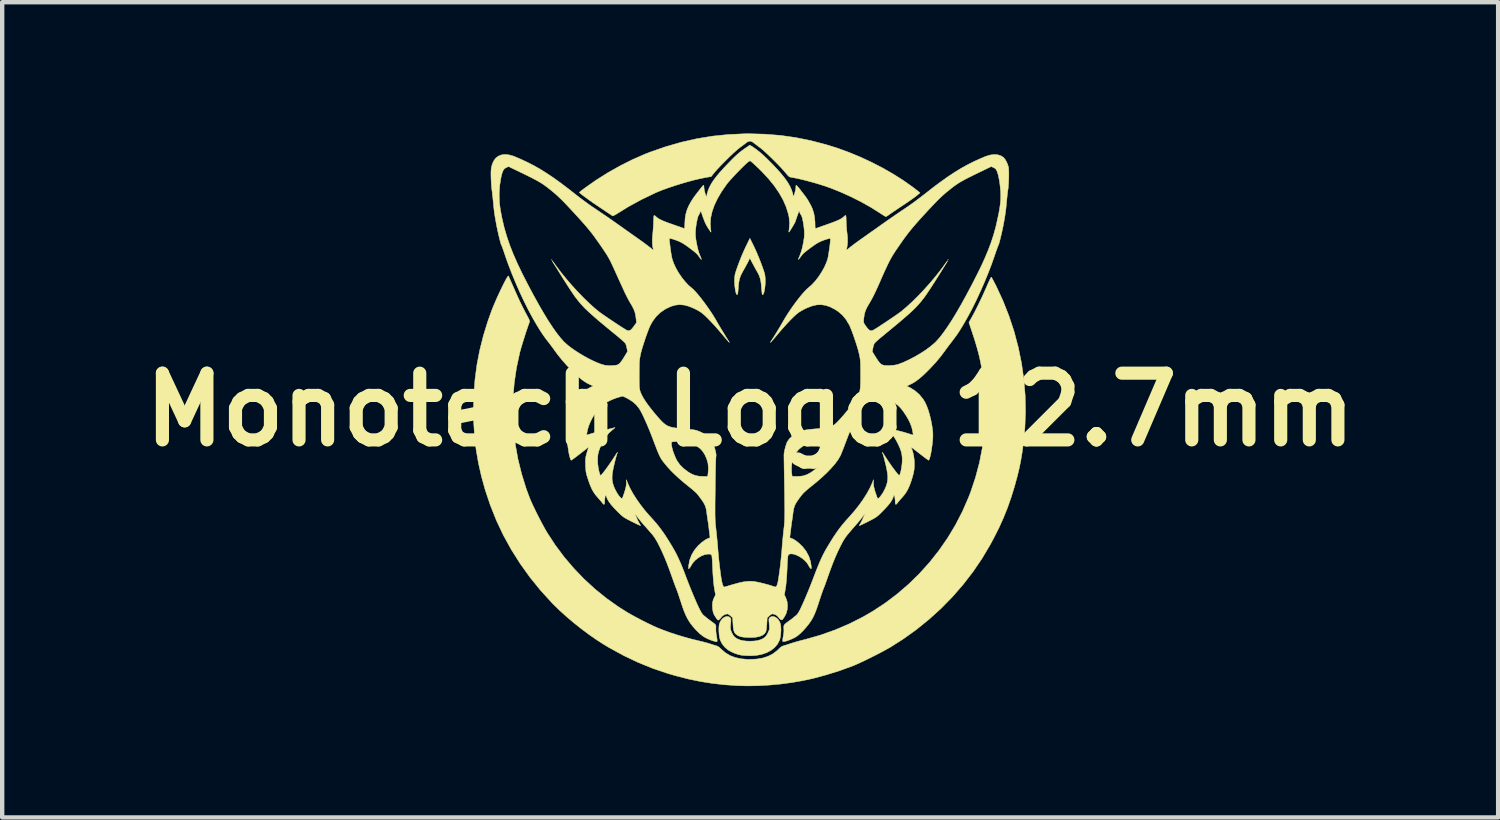
<source format=kicad_pcb>
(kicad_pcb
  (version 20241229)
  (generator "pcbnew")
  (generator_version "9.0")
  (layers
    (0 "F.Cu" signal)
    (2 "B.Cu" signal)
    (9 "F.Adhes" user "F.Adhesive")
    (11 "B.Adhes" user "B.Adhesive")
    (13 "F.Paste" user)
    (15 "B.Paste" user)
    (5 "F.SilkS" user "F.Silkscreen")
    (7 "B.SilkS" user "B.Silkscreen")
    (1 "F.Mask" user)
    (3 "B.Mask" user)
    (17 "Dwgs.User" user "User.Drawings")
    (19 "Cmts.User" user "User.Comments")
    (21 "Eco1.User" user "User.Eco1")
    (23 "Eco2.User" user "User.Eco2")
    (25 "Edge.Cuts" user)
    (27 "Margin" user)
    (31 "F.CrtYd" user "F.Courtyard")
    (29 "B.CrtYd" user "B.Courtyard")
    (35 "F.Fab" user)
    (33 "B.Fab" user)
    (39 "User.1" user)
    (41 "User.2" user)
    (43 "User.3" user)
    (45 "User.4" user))
  (footprint "Monotech Logo 12.7mm"
    (layer "F.Cu")
    (at 14.086 6.309)
    (property "Reference" "Monotech Logo 12.7mm" (at 0 0 0) (layer "F.SilkS") (effects (font (size 1.524 1.524) (thickness 0.3))))
    (attr through_hole)
    (fp_poly (pts (xy -4.526 -3.423) (xy -4.532 -3.417) (xy -4.537 -3.423) (xy -4.532 -3.429) (xy -4.526 -3.423)) (stroke (width 0.01) (type solid)) (fill yes) (layer "F.SilkS"))
    (fp_poly (pts (xy 4.526 -3.423) (xy 4.52 -3.417) (xy 4.514 -3.423) (xy 4.52 -3.429) (xy 4.526 -3.423)) (stroke (width 0.01) (type solid)) (fill yes) (layer "F.SilkS"))
    (fp_poly (pts (xy 0.073 -3.756) (xy 0.112 -3.673) (xy 0.155 -3.576) (xy 0.2 -3.469) (xy 0.242 -3.361) (xy 0.281 -3.257) (xy 0.313 -3.165) (xy 0.322 -3.136) (xy 0.337 -3.076) (xy 0.344 -3.01) (xy 0.346 -2.944) (xy 0.344 -2.878) (xy 0.339 -2.814) (xy 0.331 -2.754) (xy 0.321 -2.703) (xy 0.31 -2.662) (xy 0.298 -2.635) (xy 0.286 -2.626) (xy 0.276 -2.635) (xy 0.272 -2.652) (xy 0.268 -2.687) (xy 0.263 -2.733) (xy 0.26 -2.771) (xy 0.252 -2.869) (xy 0.24 -2.95) (xy 0.223 -3.017) (xy 0.201 -3.076) (xy 0.172 -3.133) (xy 0.171 -3.134) (xy 0.145 -3.179) (xy 0.113 -3.236) (xy 0.08 -3.297) (xy 0.058 -3.339) (xy -0.007 -3.463) (xy -0.045 -3.385) (xy -0.066 -3.344) (xy -0.095 -3.29) (xy -0.128 -3.23) (xy -0.157 -3.179) (xy -0.194 -3.111) (xy -0.222 -3.052) (xy -0.241 -2.994) (xy -0.255 -2.931) (xy -0.265 -2.857) (xy -0.272 -2.771) (xy -0.277 -2.706) (xy -0.282 -2.662) (xy -0.288 -2.636) (xy -0.296 -2.627) (xy -0.306 -2.632) (xy -0.31 -2.636) (xy -0.322 -2.661) (xy -0.333 -2.704) (xy -0.343 -2.76) (xy -0.351 -2.823) (xy -0.356 -2.889) (xy -0.358 -2.944) (xy -0.355 -3.023) (xy -0.346 -3.088) (xy -0.334 -3.134) (xy -0.298 -3.241) (xy -0.254 -3.361) (xy -0.205 -3.486) (xy -0.153 -3.608) (xy -0.102 -3.719) (xy -0.095 -3.732) (xy -0.006 -3.915) (xy 0.073 -3.756)) (stroke (width 0.01) (type solid)) (fill yes) (layer "F.SilkS"))
    (fp_poly (pts (xy -0.484 4.73) (xy -0.46 4.747) (xy -0.448 4.761) (xy -0.442 4.776) (xy -0.44 4.8) (xy -0.441 4.836) (xy -0.444 4.871) (xy -0.449 4.932) (xy -0.45 4.975) (xy -0.449 5.008) (xy -0.443 5.036) (xy -0.432 5.065) (xy -0.421 5.091) (xy -0.39 5.149) (xy -0.357 5.19) (xy -0.315 5.222) (xy -0.294 5.233) (xy -0.233 5.259) (xy -0.165 5.276) (xy -0.085 5.285) (xy -0.006 5.288) (xy 0.088 5.284) (xy 0.165 5.274) (xy 0.232 5.255) (xy 0.283 5.233) (xy 0.328 5.205) (xy 0.364 5.169) (xy 0.394 5.121) (xy 0.41 5.088) (xy 0.425 5.056) (xy 0.434 5.03) (xy 0.439 5.004) (xy 0.44 4.974) (xy 0.438 4.932) (xy 0.433 4.873) (xy 0.433 4.871) (xy 0.429 4.822) (xy 0.428 4.791) (xy 0.432 4.77) (xy 0.44 4.756) (xy 0.449 4.747) (xy 0.485 4.725) (xy 0.526 4.723) (xy 0.57 4.736) (xy 0.613 4.765) (xy 0.65 4.805) (xy 0.679 4.856) (xy 0.693 4.899) (xy 0.701 4.958) (xy 0.704 5.03) (xy 0.7 5.106) (xy 0.692 5.18) (xy 0.679 5.242) (xy 0.671 5.265) (xy 0.625 5.354) (xy 0.559 5.432) (xy 0.477 5.497) (xy 0.379 5.549) (xy 0.267 5.588) (xy 0.143 5.612) (xy 0.008 5.621) (xy -0.136 5.615) (xy -0.195 5.609) (xy -0.271 5.592) (xy -0.355 5.564) (xy -0.437 5.527) (xy -0.507 5.487) (xy -0.508 5.486) (xy -0.58 5.424) (xy -0.641 5.347) (xy -0.683 5.265) (xy -0.697 5.211) (xy -0.708 5.142) (xy -0.714 5.067) (xy -0.715 4.992) (xy -0.71 4.927) (xy -0.704 4.896) (xy -0.683 4.84) (xy -0.651 4.792) (xy -0.612 4.755) (xy -0.568 4.731) (xy -0.524 4.722) (xy -0.484 4.73)) (stroke (width 0.01) (type solid)) (fill yes) (layer "F.SilkS"))
    (fp_poly (pts (xy 0.343 -6.294) (xy 0.693 -6.266) (xy 1.039 -6.217) (xy 1.382 -6.148) (xy 1.727 -6.058) (xy 1.992 -5.976) (xy 2.252 -5.881) (xy 2.514 -5.773) (xy 2.774 -5.652) (xy 3.028 -5.521) (xy 3.272 -5.381) (xy 3.502 -5.235) (xy 3.715 -5.084) (xy 3.82 -5.003) (xy 3.88 -4.954) (xy 3.802 -4.889) (xy 3.77 -4.864) (xy 3.723 -4.83) (xy 3.664 -4.788) (xy 3.596 -4.741) (xy 3.524 -4.692) (xy 3.469 -4.656) (xy 3.398 -4.609) (xy 3.331 -4.563) (xy 3.27 -4.523) (xy 3.22 -4.488) (xy 3.183 -4.462) (xy 3.165 -4.449) (xy 3.134 -4.428) (xy 3.11 -4.414) (xy 3.101 -4.41) (xy 3.087 -4.416) (xy 3.058 -4.433) (xy 3.019 -4.457) (xy 2.978 -4.484) (xy 2.768 -4.617) (xy 2.543 -4.744) (xy 2.309 -4.862) (xy 2.071 -4.97) (xy 1.837 -5.064) (xy 1.68 -5.118) (xy 1.579 -5.15) (xy 1.472 -5.182) (xy 1.362 -5.212) (xy 1.253 -5.241) (xy 1.151 -5.266) (xy 1.06 -5.286) (xy 0.984 -5.301) (xy 0.956 -5.306) (xy 0.925 -5.311) (xy 0.902 -5.318) (xy 0.881 -5.332) (xy 0.857 -5.355) (xy 0.827 -5.391) (xy 0.807 -5.415) (xy 0.761 -5.468) (xy 0.704 -5.531) (xy 0.638 -5.6) (xy 0.566 -5.673) (xy 0.492 -5.746) (xy 0.42 -5.816) (xy 0.351 -5.88) (xy 0.29 -5.934) (xy 0.241 -5.975) (xy 0.225 -5.987) (xy 0.176 -6.023) (xy 0.131 -6.058) (xy 0.093 -6.086) (xy 0.071 -6.104) (xy 0.028 -6.129) (xy -0.006 -6.135) (xy -0.049 -6.125) (xy -0.082 -6.104) (xy -0.107 -6.084) (xy -0.145 -6.055) (xy -0.191 -6.021) (xy -0.237 -5.987) (xy -0.28 -5.953) (xy -0.336 -5.904) (xy -0.401 -5.845) (xy -0.471 -5.778) (xy -0.544 -5.706) (xy -0.617 -5.633) (xy -0.686 -5.562) (xy -0.748 -5.496) (xy -0.8 -5.438) (xy -0.835 -5.396) (xy -0.889 -5.326) (xy -1.007 -5.306) (xy -1.131 -5.281) (xy -1.271 -5.249) (xy -1.421 -5.209) (xy -1.575 -5.164) (xy -1.729 -5.116) (xy -1.877 -5.066) (xy -2.015 -5.016) (xy -2.135 -4.967) (xy -2.153 -4.959) (xy -2.479 -4.803) (xy -2.79 -4.633) (xy -3.006 -4.499) (xy -3.066 -4.462) (xy -3.109 -4.438) (xy -3.136 -4.428) (xy -3.146 -4.429) (xy -3.159 -4.438) (xy -3.188 -4.458) (xy -3.232 -4.487) (xy -3.287 -4.523) (xy -3.35 -4.566) (xy -3.418 -4.611) (xy -3.499 -4.666) (xy -3.579 -4.72) (xy -3.654 -4.773) (xy -3.724 -4.823) (xy -3.785 -4.868) (xy -3.836 -4.906) (xy -3.873 -4.936) (xy -3.896 -4.956) (xy -3.902 -4.964) (xy -3.893 -4.973) (xy -3.869 -4.993) (xy -3.834 -5.02) (xy -3.79 -5.053) (xy -3.784 -5.058) (xy -3.526 -5.24) (xy -3.255 -5.411) (xy -2.975 -5.569) (xy -2.692 -5.712) (xy -2.409 -5.836) (xy -2.292 -5.882) (xy -1.934 -6.007) (xy -1.578 -6.109) (xy -1.222 -6.19) (xy -0.864 -6.249) (xy -0.502 -6.286) (xy -0.133 -6.303) (xy -0.017 -6.304) (xy 0.343 -6.294)) (stroke (width 0.01) (type solid)) (fill yes) (layer "F.SilkS"))
    (fp_poly (pts (xy -5.516 -3.044) (xy -5.503 -3.014) (xy -5.483 -2.97) (xy -5.459 -2.915) (xy -5.433 -2.856) (xy -5.342 -2.651) (xy -5.258 -2.467) (xy -5.179 -2.306) (xy -5.111 -2.178) (xy -5.08 -2.119) (xy -5.058 -2.078) (xy -5.045 -2.048) (xy -5.039 -2.027) (xy -5.039 -2.012) (xy -5.043 -1.997) (xy -5.044 -1.993) (xy -5.066 -1.934) (xy -5.092 -1.858) (xy -5.122 -1.77) (xy -5.152 -1.675) (xy -5.183 -1.578) (xy -5.211 -1.485) (xy -5.237 -1.399) (xy -5.257 -1.327) (xy -5.264 -1.299) (xy -5.338 -0.955) (xy -5.389 -0.609) (xy -5.417 -0.261) (xy -5.422 0.087) (xy -5.405 0.436) (xy -5.366 0.784) (xy -5.304 1.13) (xy -5.219 1.473) (xy -5.113 1.813) (xy -5.04 2.009) (xy -5.01 2.081) (xy -4.971 2.168) (xy -4.924 2.266) (xy -4.873 2.371) (xy -4.819 2.477) (xy -4.764 2.582) (xy -4.712 2.679) (xy -4.663 2.765) (xy -4.637 2.81) (xy -4.452 3.093) (xy -4.249 3.365) (xy -4.028 3.624) (xy -3.792 3.87) (xy -3.541 4.1) (xy -3.277 4.313) (xy -3.003 4.507) (xy -2.816 4.624) (xy -2.708 4.687) (xy -2.588 4.752) (xy -2.461 4.818) (xy -2.336 4.881) (xy -2.217 4.938) (xy -2.12 4.981) (xy -1.987 5.034) (xy -1.837 5.089) (xy -1.676 5.142) (xy -1.51 5.192) (xy -1.345 5.238) (xy -1.188 5.276) (xy -1.162 5.282) (xy -1.096 5.298) (xy -1.026 5.316) (xy -0.961 5.334) (xy -0.925 5.345) (xy -0.874 5.362) (xy -0.823 5.378) (xy -0.783 5.389) (xy -0.775 5.392) (xy -0.738 5.406) (xy -0.7 5.433) (xy -0.659 5.472) (xy -0.567 5.551) (xy -0.463 5.614) (xy -0.344 5.66) (xy -0.211 5.689) (xy -0.062 5.703) (xy -0.006 5.703) (xy 0.149 5.696) (xy 0.288 5.672) (xy 0.411 5.632) (xy 0.521 5.575) (xy 0.617 5.501) (xy 0.648 5.472) (xy 0.691 5.431) (xy 0.728 5.405) (xy 0.763 5.392) (xy 0.796 5.382) (xy 0.843 5.368) (xy 0.897 5.35) (xy 0.931 5.339) (xy 0.981 5.323) (xy 1.048 5.303) (xy 1.124 5.282) (xy 1.204 5.261) (xy 1.26 5.247) (xy 1.604 5.149) (xy 1.94 5.03) (xy 2.265 4.891) (xy 2.579 4.732) (xy 2.79 4.61) (xy 3.08 4.42) (xy 3.356 4.212) (xy 3.619 3.986) (xy 3.866 3.744) (xy 4.098 3.487) (xy 4.313 3.215) (xy 4.51 2.931) (xy 4.689 2.634) (xy 4.848 2.326) (xy 4.987 2.008) (xy 5.036 1.883) (xy 5.148 1.547) (xy 5.238 1.206) (xy 5.305 0.862) (xy 5.349 0.514) (xy 5.37 0.164) (xy 5.369 -0.189) (xy 5.344 -0.543) (xy 5.309 -0.82) (xy 5.284 -0.976) (xy 5.255 -1.125) (xy 5.221 -1.272) (xy 5.18 -1.423) (xy 5.132 -1.584) (xy 5.078 -1.75) (xy 4.997 -1.993) (xy 5.08 -2.142) (xy 5.128 -2.231) (xy 5.182 -2.338) (xy 5.241 -2.459) (xy 5.303 -2.589) (xy 5.365 -2.726) (xy 5.426 -2.865) (xy 5.426 -2.866) (xy 5.452 -2.923) (xy 5.474 -2.971) (xy 5.493 -3.006) (xy 5.505 -3.026) (xy 5.509 -3.029) (xy 5.518 -3.017) (xy 5.534 -2.988) (xy 5.557 -2.945) (xy 5.585 -2.891) (xy 5.617 -2.829) (xy 5.619 -2.825) (xy 5.776 -2.486) (xy 5.913 -2.138) (xy 6.03 -1.784) (xy 6.125 -1.424) (xy 6.199 -1.06) (xy 6.251 -0.694) (xy 6.282 -0.326) (xy 6.29 0.041) (xy 6.276 0.407) (xy 6.263 0.558) (xy 6.241 0.772) (xy 6.214 0.97) (xy 6.183 1.157) (xy 6.146 1.34) (xy 6.101 1.525) (xy 6.048 1.719) (xy 6.04 1.749) (xy 5.961 2.004) (xy 5.877 2.244) (xy 5.783 2.477) (xy 5.678 2.709) (xy 5.558 2.945) (xy 5.483 3.084) (xy 5.297 3.398) (xy 5.09 3.702) (xy 4.864 3.994) (xy 4.621 4.274) (xy 4.36 4.54) (xy 4.084 4.79) (xy 3.794 5.025) (xy 3.49 5.242) (xy 3.21 5.42) (xy 3.132 5.464) (xy 3.04 5.515) (xy 2.937 5.569) (xy 2.828 5.625) (xy 2.717 5.68) (xy 2.609 5.733) (xy 2.508 5.78) (xy 2.418 5.821) (xy 2.344 5.852) (xy 2.04 5.963) (xy 1.72 6.062) (xy 1.425 6.141) (xy 1.197 6.19) (xy 0.954 6.232) (xy 0.701 6.266) (xy 0.443 6.29) (xy 0.187 6.305) (xy -0.061 6.309) (xy -0.294 6.303) (xy -0.587 6.283) (xy -0.867 6.251) (xy -1.139 6.208) (xy -1.411 6.152) (xy -1.688 6.081) (xy -1.876 6.027) (xy -2.218 5.912) (xy -2.558 5.774) (xy -2.894 5.614) (xy -3.228 5.431) (xy -3.348 5.359) (xy -3.511 5.254) (xy -3.682 5.135) (xy -3.856 5.005) (xy -4.028 4.868) (xy -4.195 4.727) (xy -4.35 4.587) (xy -4.49 4.451) (xy -4.526 4.414) (xy -4.791 4.123) (xy -5.034 3.823) (xy -5.255 3.514) (xy -5.456 3.196) (xy -5.637 2.868) (xy -5.797 2.529) (xy -5.936 2.18) (xy -6.05 1.841) (xy -6.137 1.529) (xy -6.206 1.224) (xy -6.259 0.919) (xy -6.295 0.612) (xy -6.315 0.296) (xy -6.321 0.012) (xy -6.312 -0.344) (xy -6.286 -0.688) (xy -6.242 -1.025) (xy -6.178 -1.357) (xy -6.095 -1.688) (xy -5.992 -2.022) (xy -5.904 -2.267) (xy -5.876 -2.339) (xy -5.843 -2.417) (xy -5.807 -2.501) (xy -5.769 -2.586) (xy -5.729 -2.672) (xy -5.69 -2.755) (xy -5.652 -2.832) (xy -5.617 -2.902) (xy -5.586 -2.962) (xy -5.559 -3.009) (xy -5.539 -3.041) (xy -5.526 -3.056) (xy -5.522 -3.056) (xy -5.516 -3.044)) (stroke (width 0.01) (type solid)) (fill yes) (layer "F.SilkS"))
    (fp_poly (pts (xy 0.063 -6) (xy 0.14 -5.946) (xy 0.219 -5.884) (xy 0.301 -5.813) (xy 0.39 -5.728) (xy 0.489 -5.629) (xy 0.54 -5.576) (xy 0.645 -5.463) (xy 0.733 -5.361) (xy 0.805 -5.269) (xy 0.863 -5.184) (xy 0.909 -5.103) (xy 0.944 -5.025) (xy 0.97 -4.947) (xy 0.985 -4.878) (xy 0.99 -4.874) (xy 0.998 -4.888) (xy 1.008 -4.916) (xy 1.019 -4.952) (xy 1.029 -4.993) (xy 1.038 -5.032) (xy 1.043 -5.067) (xy 1.044 -5.081) (xy 1.044 -5.102) (xy 1.046 -5.117) (xy 1.049 -5.125) (xy 1.057 -5.124) (xy 1.071 -5.113) (xy 1.091 -5.09) (xy 1.12 -5.055) (xy 1.159 -5.005) (xy 1.21 -4.939) (xy 1.25 -4.887) (xy 1.302 -4.814) (xy 1.351 -4.732) (xy 1.394 -4.651) (xy 1.421 -4.591) (xy 1.452 -4.497) (xy 1.471 -4.399) (xy 1.481 -4.29) (xy 1.482 -4.246) (xy 1.483 -4.194) (xy 1.485 -4.161) (xy 1.489 -4.144) (xy 1.496 -4.139) (xy 1.501 -4.141) (xy 1.517 -4.147) (xy 1.551 -4.159) (xy 1.6 -4.176) (xy 1.66 -4.198) (xy 1.728 -4.221) (xy 1.755 -4.231) (xy 1.863 -4.269) (xy 1.95 -4.303) (xy 2.02 -4.333) (xy 2.074 -4.361) (xy 2.115 -4.388) (xy 2.145 -4.414) (xy 2.147 -4.415) (xy 2.167 -4.433) (xy 2.182 -4.439) (xy 2.184 -4.438) (xy 2.188 -4.425) (xy 2.191 -4.393) (xy 2.193 -4.349) (xy 2.194 -4.303) (xy 2.196 -4.234) (xy 2.201 -4.158) (xy 2.207 -4.087) (xy 2.211 -4.058) (xy 2.225 -3.927) (xy 2.225 -3.811) (xy 2.212 -3.71) (xy 2.198 -3.656) (xy 2.202 -3.651) (xy 2.221 -3.662) (xy 2.254 -3.687) (xy 2.265 -3.696) (xy 2.298 -3.723) (xy 2.347 -3.76) (xy 2.404 -3.803) (xy 2.466 -3.848) (xy 2.517 -3.884) (xy 2.573 -3.924) (xy 2.643 -3.973) (xy 2.724 -4.031) (xy 2.811 -4.092) (xy 2.9 -4.155) (xy 2.987 -4.217) (xy 3.011 -4.234) (xy 3.099 -4.296) (xy 3.191 -4.36) (xy 3.283 -4.424) (xy 3.372 -4.485) (xy 3.451 -4.539) (xy 3.518 -4.583) (xy 3.531 -4.592) (xy 3.596 -4.636) (xy 3.674 -4.691) (xy 3.76 -4.753) (xy 3.849 -4.82) (xy 3.937 -4.887) (xy 4.011 -4.944) (xy 4.192 -5.086) (xy 4.362 -5.212) (xy 4.521 -5.325) (xy 4.673 -5.425) (xy 4.82 -5.515) (xy 4.966 -5.596) (xy 5.113 -5.67) (xy 5.264 -5.738) (xy 5.38 -5.787) (xy 5.477 -5.817) (xy 5.569 -5.83) (xy 5.654 -5.824) (xy 5.729 -5.8) (xy 5.785 -5.764) (xy 5.817 -5.728) (xy 5.849 -5.676) (xy 5.877 -5.615) (xy 5.898 -5.552) (xy 5.9 -5.543) (xy 5.905 -5.507) (xy 5.908 -5.453) (xy 5.909 -5.387) (xy 5.908 -5.312) (xy 5.906 -5.235) (xy 5.902 -5.16) (xy 5.897 -5.092) (xy 5.891 -5.037) (xy 5.888 -5.022) (xy 5.883 -4.989) (xy 5.877 -4.938) (xy 5.87 -4.875) (xy 5.863 -4.806) (xy 5.859 -4.768) (xy 5.85 -4.666) (xy 5.841 -4.58) (xy 5.831 -4.503) (xy 5.82 -4.428) (xy 5.807 -4.347) (xy 5.79 -4.254) (xy 5.789 -4.249) (xy 5.776 -4.183) (xy 5.761 -4.111) (xy 5.745 -4.038) (xy 5.728 -3.966) (xy 5.712 -3.9) (xy 5.697 -3.843) (xy 5.685 -3.799) (xy 5.676 -3.772) (xy 5.672 -3.764) (xy 5.666 -3.752) (xy 5.654 -3.721) (xy 5.637 -3.674) (xy 5.616 -3.615) (xy 5.593 -3.547) (xy 5.58 -3.51) (xy 5.514 -3.321) (xy 5.437 -3.121) (xy 5.352 -2.914) (xy 5.261 -2.707) (xy 5.167 -2.504) (xy 5.072 -2.312) (xy 4.979 -2.137) (xy 4.97 -2.122) (xy 4.901 -2) (xy 4.84 -1.896) (xy 4.783 -1.804) (xy 4.728 -1.721) (xy 4.672 -1.644) (xy 4.614 -1.567) (xy 4.612 -1.564) (xy 4.568 -1.507) (xy 4.52 -1.444) (xy 4.475 -1.383) (xy 4.448 -1.345) (xy 4.349 -1.213) (xy 4.24 -1.082) (xy 4.116 -0.949) (xy 4.033 -0.865) (xy 3.94 -0.776) (xy 3.856 -0.705) (xy 3.779 -0.647) (xy 3.705 -0.602) (xy 3.64 -0.57) (xy 3.575 -0.541) (xy 3.657 -0.501) (xy 3.765 -0.434) (xy 3.863 -0.348) (xy 3.947 -0.246) (xy 3.989 -0.179) (xy 4.028 -0.098) (xy 4.066 0.003) (xy 4.1 0.117) (xy 4.13 0.241) (xy 4.154 0.37) (xy 4.169 0.482) (xy 4.174 0.545) (xy 4.174 0.612) (xy 4.17 0.689) (xy 4.161 0.778) (xy 4.147 0.883) (xy 4.132 0.976) (xy 4.123 1.024) (xy 4.111 1.071) (xy 4.099 1.112) (xy 4.087 1.142) (xy 4.078 1.154) (xy 4.077 1.155) (xy 4.064 1.147) (xy 4.034 1.126) (xy 3.987 1.092) (xy 3.925 1.044) (xy 3.848 0.985) (xy 3.795 0.943) (xy 3.751 0.909) (xy 3.715 0.882) (xy 3.688 0.862) (xy 3.676 0.854) (xy 3.676 0.854) (xy 3.677 0.863) (xy 3.684 0.879) (xy 3.705 0.931) (xy 3.724 0.999) (xy 3.739 1.076) (xy 3.749 1.157) (xy 3.752 1.233) (xy 3.75 1.309) (xy 3.744 1.378) (xy 3.731 1.447) (xy 3.712 1.521) (xy 3.685 1.609) (xy 3.677 1.634) (xy 3.641 1.733) (xy 3.604 1.815) (xy 3.564 1.886) (xy 3.517 1.951) (xy 3.472 2.004) (xy 3.434 2.046) (xy 3.399 2.086) (xy 3.373 2.119) (xy 3.362 2.133) (xy 3.339 2.159) (xy 3.324 2.162) (xy 3.315 2.143) (xy 3.313 2.115) (xy 3.312 2.073) (xy 3.308 2.03) (xy 3.303 1.991) (xy 3.297 1.963) (xy 3.291 1.951) (xy 3.291 1.951) (xy 3.283 1.961) (xy 3.271 1.986) (xy 3.267 2) (xy 3.245 2.051) (xy 3.212 2.106) (xy 3.165 2.168) (xy 3.103 2.238) (xy 3.029 2.315) (xy 2.978 2.366) (xy 2.937 2.405) (xy 2.902 2.435) (xy 2.868 2.46) (xy 2.828 2.484) (xy 2.778 2.511) (xy 2.718 2.542) (xy 2.659 2.572) (xy 2.605 2.598) (xy 2.56 2.62) (xy 2.529 2.634) (xy 2.518 2.638) (xy 2.49 2.647) (xy 2.522 2.592) (xy 2.537 2.564) (xy 2.556 2.526) (xy 2.575 2.484) (xy 2.593 2.443) (xy 2.607 2.409) (xy 2.615 2.385) (xy 2.616 2.378) (xy 2.608 2.387) (xy 2.592 2.41) (xy 2.572 2.439) (xy 2.551 2.468) (xy 2.517 2.511) (xy 2.476 2.561) (xy 2.429 2.615) (xy 2.4 2.648) (xy 2.331 2.727) (xy 2.275 2.793) (xy 2.229 2.847) (xy 2.192 2.895) (xy 2.162 2.938) (xy 2.134 2.981) (xy 2.109 3.026) (xy 2.082 3.077) (xy 2.072 3.096) (xy 2.01 3.223) (xy 1.952 3.352) (xy 1.895 3.489) (xy 1.838 3.64) (xy 1.783 3.793) (xy 1.757 3.867) (xy 1.732 3.937) (xy 1.71 4) (xy 1.691 4.049) (xy 1.678 4.083) (xy 1.675 4.09) (xy 1.663 4.118) (xy 1.647 4.164) (xy 1.626 4.223) (xy 1.604 4.29) (xy 1.582 4.356) (xy 1.547 4.464) (xy 1.517 4.552) (xy 1.489 4.625) (xy 1.463 4.687) (xy 1.437 4.742) (xy 1.409 4.791) (xy 1.387 4.827) (xy 1.337 4.898) (xy 1.277 4.972) (xy 1.213 5.044) (xy 1.149 5.108) (xy 1.089 5.159) (xy 1.062 5.178) (xy 1.018 5.205) (xy 0.967 5.23) (xy 0.912 5.254) (xy 0.859 5.274) (xy 0.812 5.289) (xy 0.773 5.297) (xy 0.749 5.297) (xy 0.743 5.293) (xy 0.742 5.274) (xy 0.745 5.239) (xy 0.752 5.194) (xy 0.756 5.171) (xy 0.77 5.075) (xy 0.769 4.998) (xy 0.767 4.965) (xy 0.769 4.94) (xy 0.778 4.918) (xy 0.797 4.895) (xy 0.828 4.869) (xy 0.875 4.834) (xy 0.901 4.816) (xy 0.937 4.79) (xy 0.968 4.767) (xy 0.985 4.752) (xy 0.987 4.751) (xy 1.003 4.736) (xy 1.03 4.716) (xy 1.042 4.706) (xy 1.072 4.678) (xy 1.103 4.635) (xy 1.137 4.573) (xy 1.138 4.571) (xy 1.176 4.491) (xy 1.22 4.393) (xy 1.269 4.281) (xy 1.32 4.159) (xy 1.372 4.031) (xy 1.423 3.9) (xy 1.455 3.816) (xy 1.506 3.682) (xy 1.552 3.568) (xy 1.594 3.468) (xy 1.634 3.379) (xy 1.673 3.299) (xy 1.714 3.222) (xy 1.754 3.152) (xy 1.832 3.023) (xy 1.902 2.911) (xy 1.969 2.812) (xy 2.034 2.721) (xy 2.102 2.634) (xy 2.175 2.547) (xy 2.256 2.457) (xy 2.271 2.441) (xy 2.384 2.311) (xy 2.49 2.177) (xy 2.585 2.043) (xy 2.668 1.912) (xy 2.736 1.787) (xy 2.784 1.682) (xy 2.816 1.599) (xy 2.817 1.677) (xy 2.82 1.727) (xy 2.83 1.782) (xy 2.847 1.847) (xy 2.859 1.885) (xy 2.877 1.937) (xy 2.892 1.981) (xy 2.904 2.012) (xy 2.911 2.025) (xy 2.926 2.027) (xy 2.948 2.011) (xy 2.975 1.98) (xy 3.005 1.939) (xy 3.037 1.89) (xy 3.066 1.836) (xy 3.092 1.781) (xy 3.113 1.728) (xy 3.113 1.728) (xy 3.131 1.662) (xy 3.141 1.597) (xy 3.143 1.53) (xy 3.136 1.454) (xy 3.121 1.366) (xy 3.102 1.276) (xy 3.079 1.184) (xy 3.061 1.11) (xy 3.044 1.051) (xy 3.028 1.002) (xy 3.019 0.976) (xy 3.02 0.973) (xy 3.031 0.987) (xy 3.049 1.014) (xy 3.051 1.018) (xy 3.096 1.088) (xy 3.144 1.161) (xy 3.193 1.232) (xy 3.241 1.301) (xy 3.287 1.363) (xy 3.328 1.417) (xy 3.362 1.459) (xy 3.388 1.488) (xy 3.403 1.501) (xy 3.405 1.501) (xy 3.415 1.49) (xy 3.427 1.461) (xy 3.439 1.418) (xy 3.45 1.365) (xy 3.46 1.306) (xy 3.468 1.248) (xy 3.472 1.192) (xy 3.473 1.189) (xy 3.473 1.101) (xy 3.465 1.023) (xy 3.447 0.948) (xy 3.418 0.869) (xy 3.377 0.779) (xy 3.332 0.694) (xy 3.29 0.625) (xy 3.246 0.567) (xy 3.198 0.516) (xy 3.15 0.473) (xy 3.116 0.445) (xy 3.09 0.422) (xy 3.076 0.409) (xy 3.075 0.408) (xy 3.086 0.41) (xy 3.113 0.416) (xy 3.14 0.424) (xy 3.18 0.434) (xy 3.233 0.447) (xy 3.292 0.46) (xy 3.325 0.467) (xy 3.389 0.482) (xy 3.464 0.501) (xy 3.538 0.522) (xy 3.581 0.535) (xy 3.633 0.551) (xy 3.677 0.565) (xy 3.707 0.574) (xy 3.72 0.577) (xy 3.721 0.577) (xy 3.723 0.567) (xy 3.72 0.54) (xy 3.713 0.502) (xy 3.704 0.458) (xy 3.693 0.413) (xy 3.682 0.377) (xy 3.651 0.298) (xy 3.609 0.214) (xy 3.559 0.13) (xy 3.506 0.05) (xy 3.451 -0.022) (xy 3.398 -0.079) (xy 3.362 -0.11) (xy 3.287 -0.159) (xy 3.198 -0.206) (xy 3.105 -0.247) (xy 3.018 -0.278) (xy 3.004 -0.282) (xy 2.899 -0.31) (xy 2.83 -0.277) (xy 2.718 -0.215) (xy 2.625 -0.144) (xy 2.549 -0.063) (xy 2.52 -0.023) (xy 2.492 0.025) (xy 2.457 0.092) (xy 2.417 0.174) (xy 2.374 0.269) (xy 2.329 0.374) (xy 2.283 0.484) (xy 2.237 0.599) (xy 2.199 0.699) (xy 2.168 0.78) (xy 2.139 0.858) (xy 2.111 0.928) (xy 2.088 0.987) (xy 2.07 1.031) (xy 2.058 1.056) (xy 2.009 1.14) (xy 1.941 1.232) (xy 1.855 1.331) (xy 1.754 1.437) (xy 1.638 1.546) (xy 1.51 1.657) (xy 1.381 1.761) (xy 1.328 1.804) (xy 1.278 1.847) (xy 1.235 1.886) (xy 1.204 1.917) (xy 1.197 1.925) (xy 1.137 2.001) (xy 1.091 2.065) (xy 1.055 2.118) (xy 1.028 2.167) (xy 1.009 2.214) (xy 0.995 2.265) (xy 0.985 2.322) (xy 0.976 2.384) (xy 0.969 2.442) (xy 0.962 2.492) (xy 0.956 2.53) (xy 0.953 2.55) (xy 0.952 2.552) (xy 0.949 2.569) (xy 0.944 2.605) (xy 0.938 2.653) (xy 0.931 2.711) (xy 0.93 2.725) (xy 0.922 2.784) (xy 0.916 2.837) (xy 0.91 2.878) (xy 0.907 2.902) (xy 0.906 2.904) (xy 0.907 2.92) (xy 0.921 2.932) (xy 0.95 2.941) (xy 0.986 2.957) (xy 1.033 2.986) (xy 1.089 3.027) (xy 1.099 3.035) (xy 1.199 3.13) (xy 1.279 3.234) (xy 1.34 3.348) (xy 1.379 3.468) (xy 1.393 3.56) (xy 1.397 3.602) (xy 1.397 3.625) (xy 1.393 3.633) (xy 1.385 3.63) (xy 1.381 3.627) (xy 1.366 3.608) (xy 1.345 3.577) (xy 1.326 3.543) (xy 1.292 3.491) (xy 1.246 3.443) (xy 1.193 3.398) (xy 1.135 3.36) (xy 1.076 3.329) (xy 1.018 3.306) (xy 0.965 3.294) (xy 0.92 3.293) (xy 0.885 3.305) (xy 0.866 3.329) (xy 0.862 3.347) (xy 0.858 3.385) (xy 0.854 3.439) (xy 0.85 3.505) (xy 0.846 3.581) (xy 0.844 3.643) (xy 0.836 3.793) (xy 0.826 3.921) (xy 0.815 4.028) (xy 0.807 4.08) (xy 0.782 4.229) (xy 0.813 4.293) (xy 0.843 4.378) (xy 0.854 4.471) (xy 0.847 4.565) (xy 0.822 4.656) (xy 0.784 4.729) (xy 0.76 4.765) (xy 0.739 4.791) (xy 0.726 4.803) (xy 0.725 4.803) (xy 0.695 4.793) (xy 0.664 4.764) (xy 0.647 4.741) (xy 0.616 4.707) (xy 0.571 4.68) (xy 0.524 4.666) (xy 0.507 4.664) (xy 0.486 4.672) (xy 0.457 4.691) (xy 0.437 4.708) (xy 0.389 4.753) (xy 0.381 4.896) (xy 0.376 4.954) (xy 0.371 5.006) (xy 0.365 5.046) (xy 0.36 5.068) (xy 0.36 5.068) (xy 0.329 5.117) (xy 0.277 5.155) (xy 0.207 5.182) (xy 0.118 5.199) (xy 0.011 5.204) (xy -0.053 5.203) (xy -0.13 5.198) (xy -0.189 5.19) (xy -0.234 5.179) (xy -0.273 5.163) (xy -0.301 5.146) (xy -0.332 5.122) (xy -0.354 5.095) (xy -0.37 5.06) (xy -0.381 5.013) (xy -0.389 4.95) (xy -0.392 4.899) (xy -0.401 4.753) (xy -0.448 4.708) (xy -0.479 4.684) (xy -0.506 4.668) (xy -0.519 4.664) (xy -0.564 4.673) (xy -0.61 4.695) (xy -0.647 4.725) (xy -0.658 4.739) (xy -0.682 4.77) (xy -0.708 4.794) (xy -0.71 4.796) (xy -0.724 4.805) (xy -0.736 4.805) (xy -0.748 4.796) (xy -0.766 4.773) (xy -0.792 4.734) (xy -0.82 4.69) (xy -0.837 4.654) (xy -0.848 4.617) (xy -0.856 4.568) (xy -0.857 4.557) (xy -0.864 4.474) (xy -0.86 4.405) (xy -0.844 4.343) (xy -0.822 4.292) (xy -0.791 4.23) (xy -0.81 4.127) (xy -0.827 4.023) (xy -0.84 3.898) (xy -0.851 3.751) (xy -0.86 3.581) (xy -0.861 3.542) (xy -0.865 3.455) (xy -0.87 3.39) (xy -0.875 3.346) (xy -0.881 3.321) (xy -0.884 3.317) (xy -0.899 3.304) (xy -0.926 3.298) (xy -0.962 3.298) (xy -1.034 3.309) (xy -1.11 3.338) (xy -1.184 3.382) (xy -1.252 3.436) (xy -1.308 3.497) (xy -1.338 3.543) (xy -1.359 3.581) (xy -1.38 3.611) (xy -1.393 3.627) (xy -1.403 3.633) (xy -1.408 3.629) (xy -1.409 3.611) (xy -1.406 3.576) (xy -1.405 3.56) (xy -1.382 3.435) (xy -1.337 3.316) (xy -1.271 3.205) (xy -1.185 3.103) (xy -1.111 3.036) (xy -1.055 2.994) (xy -1.006 2.962) (xy -0.968 2.943) (xy -0.962 2.941) (xy -0.931 2.931) (xy -0.918 2.919) (xy -0.918 2.904) (xy -0.921 2.883) (xy -0.926 2.845) (xy -0.932 2.797) (xy -0.936 2.765) (xy -0.943 2.701) (xy -0.952 2.631) (xy -0.961 2.568) (xy -0.964 2.552) (xy -0.973 2.492) (xy -0.983 2.422) (xy -0.992 2.356) (xy -0.993 2.344) (xy -1.001 2.289) (xy -1.012 2.241) (xy -1.027 2.196) (xy -1.049 2.15) (xy -1.079 2.099) (xy -1.12 2.041) (xy -1.173 1.97) (xy -1.203 1.931) (xy -1.227 1.905) (xy -1.264 1.87) (xy -1.31 1.83) (xy -1.36 1.788) (xy -1.368 1.782) (xy -1.503 1.673) (xy -1.62 1.573) (xy -1.723 1.478) (xy -1.815 1.387) (xy -1.898 1.295) (xy -1.965 1.214) (xy -1.993 1.178) (xy -2.017 1.145) (xy -2.039 1.11) (xy -2.06 1.071) (xy -2.082 1.025) (xy -2.106 0.969) (xy -2.134 0.901) (xy -2.166 0.817) (xy -2.182 0.774) (xy -1.8 0.774) (xy -1.796 0.806) (xy -1.784 0.872) (xy -1.762 0.95) (xy -1.732 1.032) (xy -1.699 1.11) (xy -1.671 1.165) (xy -1.607 1.256) (xy -1.522 1.341) (xy -1.42 1.419) (xy -1.395 1.435) (xy -1.321 1.476) (xy -1.25 1.503) (xy -1.173 1.518) (xy -1.083 1.523) (xy -1.077 1.523) (xy -0.971 1.524) (xy -0.962 1.458) (xy -0.954 1.337) (xy -0.964 1.224) (xy -0.992 1.125) (xy -1.034 1.03) (xy -1.082 0.954) (xy -1.138 0.891) (xy -1.208 0.838) (xy -1.28 0.797) (xy -1.345 0.768) (xy -1.404 0.75) (xy -1.468 0.739) (xy -1.53 0.733) (xy -1.596 0.729) (xy -1.66 0.728) (xy -1.717 0.729) (xy -1.761 0.732) (xy -1.777 0.735) (xy -1.792 0.741) (xy -1.799 0.752) (xy -1.8 0.774) (xy -2.182 0.774) (xy -2.205 0.715) (xy -2.211 0.699) (xy -2.255 0.584) (xy -2.3 0.47) (xy -2.346 0.36) (xy -2.392 0.256) (xy -2.434 0.163) (xy -2.473 0.082) (xy -2.508 0.018) (xy -2.532 -0.023) (xy -2.601 -0.11) (xy -2.686 -0.185) (xy -2.789 -0.25) (xy -2.841 -0.277) (xy -2.911 -0.31) (xy -3.015 -0.282) (xy -3.101 -0.253) (xy -3.194 -0.213) (xy -3.285 -0.166) (xy -3.363 -0.117) (xy -3.374 -0.11) (xy -3.43 -0.059) (xy -3.489 0.01) (xy -3.547 0.091) (xy -3.601 0.181) (xy -3.649 0.275) (xy -3.687 0.367) (xy -3.713 0.453) (xy -3.717 0.469) (xy -3.726 0.515) (xy -3.732 0.551) (xy -3.735 0.572) (xy -3.735 0.575) (xy -3.723 0.573) (xy -3.694 0.565) (xy -3.651 0.553) (xy -3.6 0.537) (xy -3.595 0.536) (xy -3.526 0.515) (xy -3.451 0.495) (xy -3.378 0.477) (xy -3.337 0.467) (xy -3.278 0.455) (xy -3.221 0.441) (xy -3.172 0.429) (xy -3.152 0.424) (xy -3.117 0.415) (xy -3.094 0.409) (xy -3.087 0.408) (xy -3.094 0.416) (xy -3.115 0.435) (xy -3.147 0.461) (xy -3.161 0.473) (xy -3.218 0.524) (xy -3.265 0.576) (xy -3.308 0.635) (xy -3.351 0.706) (xy -3.389 0.779) (xy -3.43 0.87) (xy -3.459 0.949) (xy -3.477 1.024) (xy -3.484 1.102) (xy -3.484 1.189) (xy -3.48 1.244) (xy -3.473 1.303) (xy -3.463 1.361) (xy -3.451 1.415) (xy -3.439 1.459) (xy -3.427 1.489) (xy -3.417 1.501) (xy -3.416 1.501) (xy -3.403 1.492) (xy -3.379 1.466) (xy -3.346 1.425) (xy -3.306 1.373) (xy -3.262 1.313) (xy -3.214 1.245) (xy -3.165 1.174) (xy -3.117 1.101) (xy -3.071 1.03) (xy -3.063 1.018) (xy -3.044 0.989) (xy -3.033 0.973) (xy -3.03 0.974) (xy -3.031 0.976) (xy -3.046 1.021) (xy -3.062 1.074) (xy -3.079 1.138) (xy -3.099 1.218) (xy -3.113 1.276) (xy -3.135 1.379) (xy -3.149 1.465) (xy -3.154 1.539) (xy -3.152 1.606) (xy -3.141 1.67) (xy -3.124 1.728) (xy -3.104 1.78) (xy -3.078 1.835) (xy -3.049 1.889) (xy -3.018 1.938) (xy -2.987 1.98) (xy -2.96 2.01) (xy -2.938 2.027) (xy -2.923 2.026) (xy -2.923 2.025) (xy -2.915 2.011) (xy -2.903 1.979) (xy -2.887 1.934) (xy -2.871 1.885) (xy -2.849 1.812) (xy -2.835 1.753) (xy -2.829 1.701) (xy -2.828 1.677) (xy -2.828 1.599) (xy -2.795 1.682) (xy -2.744 1.794) (xy -2.677 1.916) (xy -2.596 2.043) (xy -2.504 2.173) (xy -2.404 2.302) (xy -2.297 2.425) (xy -2.289 2.433) (xy -2.206 2.525) (xy -2.132 2.611) (xy -2.065 2.695) (xy -2.001 2.782) (xy -1.937 2.875) (xy -1.87 2.98) (xy -1.797 3.099) (xy -1.766 3.152) (xy -1.723 3.227) (xy -1.682 3.304) (xy -1.643 3.385) (xy -1.603 3.474) (xy -1.56 3.575) (xy -1.514 3.691) (xy -1.467 3.816) (xy -1.417 3.946) (xy -1.365 4.077) (xy -1.313 4.204) (xy -1.263 4.322) (xy -1.216 4.43) (xy -1.173 4.522) (xy -1.149 4.571) (xy -1.115 4.633) (xy -1.085 4.677) (xy -1.055 4.705) (xy -1.054 4.706) (xy -1.025 4.728) (xy -1.004 4.746) (xy -0.999 4.751) (xy -0.984 4.763) (xy -0.956 4.784) (xy -0.921 4.811) (xy -0.912 4.817) (xy -0.86 4.855) (xy -0.824 4.882) (xy -0.801 4.902) (xy -0.788 4.92) (xy -0.782 4.939) (xy -0.782 4.962) (xy -0.783 4.994) (xy -0.783 4.995) (xy -0.783 5.043) (xy -0.778 5.103) (xy -0.769 5.164) (xy -0.766 5.18) (xy -0.757 5.235) (xy -0.754 5.275) (xy -0.756 5.296) (xy -0.757 5.298) (xy -0.772 5.299) (xy -0.805 5.293) (xy -0.85 5.28) (xy -0.881 5.27) (xy -0.981 5.229) (xy -1.071 5.179) (xy -1.154 5.114) (xy -1.237 5.032) (xy -1.248 5.02) (xy -1.307 4.952) (xy -1.357 4.889) (xy -1.4 4.826) (xy -1.438 4.76) (xy -1.474 4.687) (xy -1.509 4.603) (xy -1.545 4.505) (xy -1.583 4.389) (xy -1.594 4.356) (xy -1.617 4.286) (xy -1.639 4.219) (xy -1.659 4.161) (xy -1.676 4.116) (xy -1.686 4.09) (xy -1.697 4.063) (xy -1.714 4.018) (xy -1.736 3.959) (xy -1.76 3.891) (xy -1.786 3.818) (xy -1.795 3.793) (xy -1.849 3.643) (xy -1.904 3.498) (xy -1.96 3.362) (xy -2.016 3.235) (xy -2.07 3.122) (xy -2.121 3.023) (xy -2.169 2.941) (xy -2.213 2.878) (xy -2.226 2.861) (xy -2.252 2.831) (xy -2.29 2.787) (xy -2.335 2.736) (xy -2.383 2.681) (xy -2.412 2.649) (xy -2.459 2.595) (xy -2.504 2.541) (xy -2.542 2.494) (xy -2.572 2.456) (xy -2.584 2.439) (xy -2.605 2.408) (xy -2.621 2.386) (xy -2.628 2.378) (xy -2.626 2.388) (xy -2.617 2.413) (xy -2.602 2.449) (xy -2.584 2.49) (xy -2.565 2.532) (xy -2.546 2.568) (xy -2.533 2.592) (xy -2.502 2.647) (xy -2.529 2.638) (xy -2.549 2.63) (xy -2.585 2.614) (xy -2.633 2.59) (xy -2.689 2.562) (xy -2.73 2.542) (xy -2.794 2.509) (xy -2.843 2.482) (xy -2.882 2.458) (xy -2.916 2.433) (xy -2.952 2.402) (xy -2.993 2.363) (xy -3.041 2.315) (xy -3.119 2.234) (xy -3.18 2.164) (xy -3.225 2.103) (xy -3.258 2.048) (xy -3.278 2) (xy -3.289 1.97) (xy -3.299 1.953) (xy -3.302 1.951) (xy -3.308 1.962) (xy -3.314 1.989) (xy -3.319 2.028) (xy -3.323 2.071) (xy -3.325 2.113) (xy -3.325 2.115) (xy -3.328 2.15) (xy -3.339 2.163) (xy -3.356 2.154) (xy -3.373 2.133) (xy -3.392 2.109) (xy -3.422 2.073) (xy -3.459 2.032) (xy -3.484 2.003) (xy -3.536 1.941) (xy -3.581 1.876) (xy -3.621 1.803) (xy -3.657 1.719) (xy -3.694 1.617) (xy -3.707 1.576) (xy -3.728 1.511) (xy -3.742 1.459) (xy -3.751 1.413) (xy -3.756 1.364) (xy -3.76 1.305) (xy -3.761 1.274) (xy -3.763 1.207) (xy -3.763 1.156) (xy -3.759 1.113) (xy -3.753 1.072) (xy -3.742 1.026) (xy -3.74 1.02) (xy -3.727 0.971) (xy -3.713 0.926) (xy -3.701 0.894) (xy -3.698 0.886) (xy -3.689 0.864) (xy -3.688 0.854) (xy -3.688 0.854) (xy -3.698 0.861) (xy -3.723 0.879) (xy -3.759 0.907) (xy -3.802 0.94) (xy -3.806 0.943) (xy -3.891 1.01) (xy -3.962 1.064) (xy -4.018 1.107) (xy -4.059 1.136) (xy -4.083 1.152) (xy -4.089 1.155) (xy -4.098 1.144) (xy -4.109 1.116) (xy -4.121 1.076) (xy -4.133 1.029) (xy -4.143 0.981) (xy -4.144 0.976) (xy -4.162 0.856) (xy -4.175 0.755) (xy -4.183 0.669) (xy -4.186 0.595) (xy -4.185 0.529) (xy -4.181 0.482) (xy -4.162 0.352) (xy -4.137 0.223) (xy -4.107 0.1) (xy -4.072 -0.012) (xy -4.034 -0.11) (xy -4.001 -0.179) (xy -3.926 -0.29) (xy -3.836 -0.385) (xy -3.734 -0.463) (xy -3.668 -0.501) (xy -3.587 -0.541) (xy -3.652 -0.57) (xy -3.726 -0.607) (xy -3.801 -0.654) (xy -3.878 -0.713) (xy -2.534 -0.713) (xy -2.533 -0.638) (xy -2.533 -0.579) (xy -2.531 -0.534) (xy -2.528 -0.498) (xy -2.524 -0.47) (xy -2.519 -0.445) (xy -2.512 -0.42) (xy -2.509 -0.41) (xy -2.48 -0.341) (xy -2.435 -0.259) (xy -2.374 -0.165) (xy -2.297 -0.061) (xy -2.206 0.054) (xy -2.101 0.177) (xy -2.089 0.191) (xy -2.032 0.254) (xy -1.981 0.303) (xy -1.932 0.342) (xy -1.882 0.371) (xy -1.826 0.392) (xy -1.76 0.408) (xy -1.68 0.42) (xy -1.581 0.431) (xy -1.555 0.433) (xy -1.484 0.439) (xy -1.417 0.445) (xy -1.359 0.451) (xy -1.315 0.455) (xy -1.293 0.458) (xy -1.221 0.474) (xy -1.143 0.504) (xy -1.065 0.543) (xy -0.993 0.589) (xy -0.932 0.638) (xy -0.894 0.68) (xy -0.871 0.718) (xy -0.848 0.769) (xy -0.826 0.829) (xy -0.806 0.891) (xy -0.791 0.952) (xy -0.78 1.006) (xy -0.777 1.048) (xy -0.78 1.071) (xy -0.782 1.086) (xy -0.784 1.122) (xy -0.786 1.177) (xy -0.788 1.248) (xy -0.79 1.335) (xy -0.792 1.435) (xy -0.794 1.545) (xy -0.796 1.664) (xy -0.797 1.789) (xy -0.797 1.795) (xy -0.799 1.941) (xy -0.801 2.066) (xy -0.802 2.172) (xy -0.802 2.262) (xy -0.802 2.338) (xy -0.802 2.403) (xy -0.801 2.458) (xy -0.799 2.507) (xy -0.797 2.551) (xy -0.794 2.593) (xy -0.79 2.635) (xy -0.786 2.679) (xy -0.78 2.728) (xy -0.779 2.742) (xy -0.769 2.829) (xy -0.76 2.922) (xy -0.751 3.014) (xy -0.744 3.097) (xy -0.739 3.158) (xy -0.733 3.235) (xy -0.725 3.32) (xy -0.718 3.402) (xy -0.71 3.471) (xy -0.71 3.475) (xy -0.694 3.611) (xy -0.679 3.726) (xy -0.666 3.82) (xy -0.653 3.896) (xy -0.641 3.955) (xy -0.629 3.998) (xy -0.616 4.027) (xy -0.603 4.044) (xy -0.589 4.049) (xy -0.578 4.048) (xy -0.561 4.042) (xy -0.526 4.032) (xy -0.478 4.017) (xy -0.42 4) (xy -0.381 3.989) (xy -0.263 3.956) (xy -0.162 3.934) (xy -0.073 3.922) (xy 0.007 3.918) (xy 0.064 3.921) (xy 0.11 3.927) (xy 0.172 3.939) (xy 0.244 3.955) (xy 0.321 3.974) (xy 0.396 3.994) (xy 0.463 4.013) (xy 0.516 4.031) (xy 0.517 4.031) (xy 0.552 4.043) (xy 0.579 4.048) (xy 0.589 4.047) (xy 0.601 4.032) (xy 0.615 4.005) (xy 0.618 3.998) (xy 0.627 3.967) (xy 0.638 3.917) (xy 0.649 3.85) (xy 0.661 3.769) (xy 0.674 3.678) (xy 0.686 3.579) (xy 0.698 3.475) (xy 0.709 3.371) (xy 0.719 3.268) (xy 0.727 3.17) (xy 0.728 3.152) (xy 0.733 3.085) (xy 0.74 3.003) (xy 0.749 2.913) (xy 0.758 2.821) (xy 0.767 2.742) (xy 0.771 2.706) (xy 0.775 2.674) (xy 0.778 2.643) (xy 0.781 2.614) (xy 0.783 2.584) (xy 0.785 2.551) (xy 0.787 2.516) (xy 0.788 2.476) (xy 0.789 2.43) (xy 0.789 2.376) (xy 0.79 2.314) (xy 0.789 2.241) (xy 0.788 2.157) (xy 0.787 2.06) (xy 0.786 1.949) (xy 0.784 1.822) (xy 0.782 1.678) (xy 0.779 1.515) (xy 0.776 1.333) (xy 0.776 1.325) (xy 0.943 1.325) (xy 0.948 1.436) (xy 0.951 1.463) (xy 0.96 1.524) (xy 1.061 1.524) (xy 1.118 1.522) (xy 1.176 1.516) (xy 1.224 1.508) (xy 1.23 1.506) (xy 1.311 1.476) (xy 1.395 1.429) (xy 1.479 1.368) (xy 1.555 1.298) (xy 1.62 1.223) (xy 1.659 1.165) (xy 1.694 1.095) (xy 1.727 1.016) (xy 1.755 0.935) (xy 1.776 0.859) (xy 1.785 0.806) (xy 1.788 0.77) (xy 1.787 0.75) (xy 1.779 0.74) (xy 1.765 0.735) (xy 1.732 0.73) (xy 1.682 0.728) (xy 1.62 0.728) (xy 1.554 0.731) (xy 1.489 0.736) (xy 1.456 0.739) (xy 1.389 0.751) (xy 1.329 0.77) (xy 1.268 0.797) (xy 1.185 0.846) (xy 1.117 0.9) (xy 1.062 0.964) (xy 1.016 1.043) (xy 0.98 1.126) (xy 0.954 1.22) (xy 0.943 1.325) (xy 0.776 1.325) (xy 0.773 1.13) (xy 0.772 1.033) (xy 0.775 0.992) (xy 0.785 0.936) (xy 0.8 0.874) (xy 0.818 0.813) (xy 0.836 0.76) (xy 0.845 0.739) (xy 0.89 0.671) (xy 0.956 0.608) (xy 1.043 0.55) (xy 1.089 0.525) (xy 1.13 0.505) (xy 1.168 0.489) (xy 1.205 0.477) (xy 1.246 0.467) (xy 1.294 0.458) (xy 1.353 0.45) (xy 1.427 0.443) (xy 1.52 0.435) (xy 1.537 0.433) (xy 1.637 0.424) (xy 1.716 0.414) (xy 1.78 0.402) (xy 1.833 0.387) (xy 1.877 0.369) (xy 1.916 0.346) (xy 1.932 0.335) (xy 1.967 0.305) (xy 2.013 0.259) (xy 2.067 0.201) (xy 2.126 0.134) (xy 2.188 0.06) (xy 2.25 -0.016) (xy 2.308 -0.092) (xy 2.361 -0.164) (xy 2.407 -0.23) (xy 2.436 -0.277) (xy 2.46 -0.319) (xy 2.479 -0.357) (xy 2.494 -0.394) (xy 2.505 -0.434) (xy 2.513 -0.48) (xy 2.518 -0.535) (xy 2.521 -0.603) (xy 2.522 -0.687) (xy 2.522 -0.79) (xy 2.522 -0.808) (xy 2.522 -0.904) (xy 2.521 -0.98) (xy 2.52 -1.041) (xy 2.518 -1.09) (xy 2.515 -1.132) (xy 2.51 -1.17) (xy 2.504 -1.208) (xy 2.495 -1.251) (xy 2.49 -1.273) (xy 2.476 -1.333) (xy 2.455 -1.407) (xy 2.429 -1.491) (xy 2.399 -1.581) (xy 2.369 -1.671) (xy 2.338 -1.758) (xy 2.308 -1.835) (xy 2.282 -1.898) (xy 2.266 -1.934) (xy 2.212 -2.024) (xy 2.59 -2.024) (xy 2.592 -1.999) (xy 2.599 -1.977) (xy 2.615 -1.95) (xy 2.641 -1.912) (xy 2.647 -1.903) (xy 2.687 -1.852) (xy 2.72 -1.82) (xy 2.75 -1.805) (xy 2.781 -1.805) (xy 2.814 -1.819) (xy 2.844 -1.836) (xy 2.889 -1.864) (xy 2.947 -1.901) (xy 3.013 -1.945) (xy 3.085 -1.992) (xy 3.159 -2.042) (xy 3.232 -2.091) (xy 3.301 -2.138) (xy 3.362 -2.18) (xy 3.411 -2.215) (xy 3.446 -2.241) (xy 3.453 -2.246) (xy 3.572 -2.347) (xy 3.7 -2.464) (xy 3.832 -2.594) (xy 3.964 -2.733) (xy 4.094 -2.877) (xy 4.218 -3.023) (xy 4.332 -3.166) (xy 4.408 -3.267) (xy 4.45 -3.326) (xy 4.482 -3.369) (xy 4.503 -3.395) (xy 4.512 -3.404) (xy 4.509 -3.396) (xy 4.501 -3.383) (xy 4.443 -3.287) (xy 4.381 -3.187) (xy 4.317 -3.085) (xy 4.254 -2.985) (xy 4.193 -2.889) (xy 4.135 -2.799) (xy 4.082 -2.719) (xy 4.036 -2.65) (xy 3.998 -2.595) (xy 3.971 -2.558) (xy 3.969 -2.556) (xy 3.93 -2.506) (xy 3.892 -2.459) (xy 3.854 -2.415) (xy 3.814 -2.371) (xy 3.772 -2.326) (xy 3.725 -2.28) (xy 3.672 -2.23) (xy 3.611 -2.175) (xy 3.541 -2.114) (xy 3.461 -2.045) (xy 3.369 -1.967) (xy 3.263 -1.879) (xy 3.143 -1.78) (xy 3.006 -1.667) (xy 3.003 -1.665) (xy 2.952 -1.622) (xy 2.906 -1.582) (xy 2.87 -1.549) (xy 2.845 -1.524) (xy 2.838 -1.515) (xy 2.826 -1.489) (xy 2.814 -1.448) (xy 2.804 -1.407) (xy 2.79 -1.328) (xy 2.846 -1.236) (xy 2.891 -1.164) (xy 2.927 -1.111) (xy 2.957 -1.072) (xy 2.985 -1.045) (xy 3.011 -1.029) (xy 3.037 -1.019) (xy 3.085 -1.011) (xy 3.148 -1.008) (xy 3.218 -1.011) (xy 3.288 -1.017) (xy 3.349 -1.028) (xy 3.383 -1.037) (xy 3.504 -1.084) (xy 3.631 -1.143) (xy 3.76 -1.21) (xy 3.885 -1.283) (xy 4.003 -1.359) (xy 4.11 -1.437) (xy 4.201 -1.513) (xy 4.247 -1.557) (xy 4.326 -1.645) (xy 4.411 -1.755) (xy 4.504 -1.886) (xy 4.603 -2.037) (xy 4.708 -2.209) (xy 4.819 -2.401) (xy 4.935 -2.612) (xy 5.057 -2.841) (xy 5.178 -3.077) (xy 5.28 -3.284) (xy 5.367 -3.476) (xy 5.443 -3.658) (xy 5.508 -3.832) (xy 5.563 -4.003) (xy 5.61 -4.173) (xy 5.634 -4.278) (xy 5.66 -4.396) (xy 5.681 -4.496) (xy 5.697 -4.583) (xy 5.708 -4.66) (xy 5.717 -4.733) (xy 5.722 -4.797) (xy 5.724 -4.886) (xy 5.721 -4.984) (xy 5.712 -5.087) (xy 5.7 -5.189) (xy 5.683 -5.285) (xy 5.664 -5.37) (xy 5.642 -5.439) (xy 5.635 -5.456) (xy 5.614 -5.493) (xy 5.587 -5.517) (xy 5.56 -5.531) (xy 5.507 -5.555) (xy 5.221 -5.417) (xy 5.108 -5.362) (xy 5.012 -5.314) (xy 4.932 -5.274) (xy 4.864 -5.237) (xy 4.805 -5.204) (xy 4.753 -5.172) (xy 4.704 -5.139) (xy 4.656 -5.105) (xy 4.605 -5.067) (xy 4.594 -5.057) (xy 4.527 -5.004) (xy 4.465 -4.953) (xy 4.406 -4.901) (xy 4.346 -4.846) (xy 4.283 -4.784) (xy 4.213 -4.712) (xy 4.133 -4.628) (xy 4.056 -4.546) (xy 3.956 -4.437) (xy 3.869 -4.342) (xy 3.794 -4.257) (xy 3.727 -4.179) (xy 3.666 -4.106) (xy 3.608 -4.033) (xy 3.552 -3.959) (xy 3.494 -3.88) (xy 3.433 -3.792) (xy 3.365 -3.693) (xy 3.345 -3.665) (xy 3.307 -3.608) (xy 3.273 -3.555) (xy 3.241 -3.502) (xy 3.21 -3.448) (xy 3.178 -3.388) (xy 3.145 -3.322) (xy 3.109 -3.245) (xy 3.067 -3.155) (xy 3.02 -3.05) (xy 2.966 -2.926) (xy 2.961 -2.915) (xy 2.909 -2.798) (xy 2.863 -2.698) (xy 2.822 -2.613) (xy 2.784 -2.54) (xy 2.748 -2.475) (xy 2.712 -2.414) (xy 2.71 -2.411) (xy 2.664 -2.331) (xy 2.632 -2.258) (xy 2.61 -2.182) (xy 2.597 -2.096) (xy 2.593 -2.059) (xy 2.59 -2.024) (xy 2.212 -2.024) (xy 2.194 -2.055) (xy 2.111 -2.157) (xy 2.013 -2.242) (xy 1.935 -2.293) (xy 1.826 -2.349) (xy 1.723 -2.384) (xy 1.622 -2.399) (xy 1.52 -2.395) (xy 1.413 -2.37) (xy 1.298 -2.326) (xy 1.271 -2.314) (xy 1.216 -2.286) (xy 1.161 -2.255) (xy 1.114 -2.226) (xy 1.097 -2.214) (xy 1.046 -2.172) (xy 0.984 -2.114) (xy 0.912 -2.042) (xy 0.834 -1.959) (xy 0.75 -1.866) (xy 0.664 -1.767) (xy 0.632 -1.729) (xy 0.571 -1.656) (xy 0.524 -1.601) (xy 0.49 -1.563) (xy 0.47 -1.541) (xy 0.462 -1.536) (xy 0.467 -1.547) (xy 0.476 -1.562) (xy 0.501 -1.601) (xy 0.534 -1.654) (xy 0.573 -1.715) (xy 0.613 -1.781) (xy 0.653 -1.847) (xy 0.69 -1.908) (xy 0.72 -1.96) (xy 0.742 -1.997) (xy 0.745 -2.003) (xy 0.797 -2.093) (xy 0.857 -2.189) (xy 0.922 -2.287) (xy 0.99 -2.384) (xy 1.059 -2.478) (xy 1.127 -2.565) (xy 1.191 -2.643) (xy 1.25 -2.709) (xy 1.3 -2.76) (xy 1.329 -2.784) (xy 1.408 -2.854) (xy 1.489 -2.941) (xy 1.566 -3.041) (xy 1.636 -3.149) (xy 1.697 -3.258) (xy 1.744 -3.365) (xy 1.771 -3.446) (xy 1.779 -3.482) (xy 1.788 -3.532) (xy 1.797 -3.591) (xy 1.807 -3.655) (xy 1.816 -3.719) (xy 1.824 -3.781) (xy 1.829 -3.834) (xy 1.833 -3.877) (xy 1.834 -3.903) (xy 1.833 -3.909) (xy 1.817 -3.911) (xy 1.785 -3.905) (xy 1.741 -3.893) (xy 1.691 -3.876) (xy 1.638 -3.856) (xy 1.589 -3.834) (xy 1.552 -3.816) (xy 1.51 -3.791) (xy 1.456 -3.754) (xy 1.396 -3.711) (xy 1.335 -3.666) (xy 1.278 -3.622) (xy 1.231 -3.583) (xy 1.207 -3.561) (xy 1.187 -3.538) (xy 1.162 -3.505) (xy 1.145 -3.482) (xy 1.124 -3.453) (xy 1.108 -3.435) (xy 1.102 -3.432) (xy 1.104 -3.444) (xy 1.113 -3.471) (xy 1.129 -3.508) (xy 1.13 -3.511) (xy 1.155 -3.575) (xy 1.178 -3.649) (xy 1.199 -3.736) (xy 1.22 -3.842) (xy 1.223 -3.862) (xy 1.234 -3.932) (xy 1.238 -3.996) (xy 1.237 -4.065) (xy 1.235 -4.104) (xy 1.229 -4.161) (xy 1.221 -4.223) (xy 1.211 -4.285) (xy 1.199 -4.343) (xy 1.187 -4.392) (xy 1.176 -4.427) (xy 1.166 -4.445) (xy 1.165 -4.445) (xy 1.155 -4.459) (xy 1.141 -4.486) (xy 1.136 -4.497) (xy 1.117 -4.543) (xy 1.084 -4.451) (xy 1.066 -4.401) (xy 1.05 -4.354) (xy 1.039 -4.317) (xy 1.038 -4.312) (xy 1.029 -4.291) (xy 1.012 -4.258) (xy 0.99 -4.218) (xy 0.964 -4.175) (xy 0.938 -4.132) (xy 0.914 -4.095) (xy 0.896 -4.068) (xy 0.884 -4.056) (xy 0.883 -4.056) (xy 0.883 -4.067) (xy 0.886 -4.095) (xy 0.89 -4.122) (xy 0.9 -4.262) (xy 0.888 -4.399) (xy 0.872 -4.472) (xy 0.822 -4.633) (xy 0.752 -4.793) (xy 0.662 -4.952) (xy 0.552 -5.113) (xy 0.42 -5.275) (xy 0.267 -5.44) (xy 0.191 -5.515) (xy 0.12 -5.582) (xy 0.065 -5.633) (xy 0.025 -5.667) (xy -0.000242 -5.685) (xy -0.01 -5.687) (xy -0.018 -5.674) (xy -0.023 -5.675) (xy -0.035 -5.669) (xy -0.06 -5.649) (xy -0.096 -5.617) (xy -0.141 -5.574) (xy -0.192 -5.524) (xy -0.247 -5.468) (xy -0.304 -5.41) (xy -0.361 -5.35) (xy -0.414 -5.292) (xy -0.462 -5.239) (xy -0.503 -5.191) (xy -0.535 -5.153) (xy -0.539 -5.146) (xy -0.654 -4.98) (xy -0.747 -4.821) (xy -0.819 -4.669) (xy -0.87 -4.523) (xy -0.901 -4.381) (xy -0.91 -4.244) (xy -0.901 -4.122) (xy -0.896 -4.087) (xy -0.894 -4.062) (xy -0.894 -4.056) (xy -0.901 -4.063) (xy -0.918 -4.087) (xy -0.941 -4.121) (xy -0.961 -4.15) (xy -1.003 -4.22) (xy -1.039 -4.296) (xy -1.073 -4.387) (xy -1.074 -4.389) (xy -1.093 -4.443) (xy -1.108 -4.488) (xy -1.12 -4.52) (xy -1.126 -4.535) (xy -1.127 -4.536) (xy -1.133 -4.529) (xy -1.144 -4.507) (xy -1.149 -4.496) (xy -1.162 -4.467) (xy -1.174 -4.448) (xy -1.176 -4.445) (xy -1.186 -4.429) (xy -1.197 -4.395) (xy -1.209 -4.346) (xy -1.221 -4.289) (xy -1.232 -4.228) (xy -1.24 -4.167) (xy -1.246 -4.111) (xy -1.247 -4.104) (xy -1.25 -4.028) (xy -1.248 -3.962) (xy -1.24 -3.895) (xy -1.235 -3.862) (xy -1.214 -3.753) (xy -1.193 -3.662) (xy -1.171 -3.586) (xy -1.146 -3.521) (xy -1.141 -3.511) (xy -1.126 -3.474) (xy -1.116 -3.445) (xy -1.113 -3.432) (xy -1.113 -3.432) (xy -1.122 -3.438) (xy -1.139 -3.458) (xy -1.157 -3.482) (xy -1.182 -3.517) (xy -1.207 -3.548) (xy -1.219 -3.561) (xy -1.255 -3.594) (xy -1.305 -3.634) (xy -1.364 -3.679) (xy -1.425 -3.725) (xy -1.484 -3.766) (xy -1.536 -3.799) (xy -1.564 -3.816) (xy -1.607 -3.837) (xy -1.657 -3.859) (xy -1.709 -3.878) (xy -1.759 -3.895) (xy -1.801 -3.906) (xy -1.832 -3.911) (xy -1.844 -3.909) (xy -1.846 -3.895) (xy -1.844 -3.863) (xy -1.839 -3.816) (xy -1.832 -3.759) (xy -1.824 -3.696) (xy -1.815 -3.631) (xy -1.806 -3.569) (xy -1.796 -3.513) (xy -1.787 -3.468) (xy -1.782 -3.446) (xy -1.748 -3.346) (xy -1.698 -3.238) (xy -1.636 -3.129) (xy -1.563 -3.022) (xy -1.485 -2.924) (xy -1.405 -2.839) (xy -1.34 -2.784) (xy -1.296 -2.745) (xy -1.243 -2.69) (xy -1.183 -2.62) (xy -1.118 -2.539) (xy -1.05 -2.45) (xy -0.981 -2.355) (xy -0.914 -2.258) (xy -0.851 -2.162) (xy -0.794 -2.069) (xy -0.757 -2.003) (xy -0.737 -1.969) (xy -0.708 -1.92) (xy -0.673 -1.861) (xy -0.633 -1.795) (xy -0.592 -1.729) (xy -0.554 -1.666) (xy -0.519 -1.611) (xy -0.492 -1.568) (xy -0.488 -1.562) (xy -0.475 -1.541) (xy -0.475 -1.536) (xy -0.487 -1.547) (xy -0.512 -1.575) (xy -0.551 -1.619) (xy -0.603 -1.68) (xy -0.644 -1.729) (xy -0.73 -1.83) (xy -0.815 -1.926) (xy -0.896 -2.013) (xy -0.97 -2.089) (xy -1.036 -2.153) (xy -1.092 -2.201) (xy -1.109 -2.214) (xy -1.148 -2.241) (xy -1.2 -2.271) (xy -1.256 -2.301) (xy -1.283 -2.314) (xy -1.4 -2.362) (xy -1.508 -2.391) (xy -1.611 -2.4) (xy -1.712 -2.389) (xy -1.815 -2.358) (xy -1.922 -2.307) (xy -1.947 -2.293) (xy -2.057 -2.217) (xy -2.151 -2.125) (xy -2.232 -2.015) (xy -2.277 -1.934) (xy -2.3 -1.884) (xy -2.327 -1.817) (xy -2.357 -1.737) (xy -2.388 -1.65) (xy -2.418 -1.559) (xy -2.447 -1.47) (xy -2.472 -1.388) (xy -2.492 -1.317) (xy -2.502 -1.273) (xy -2.511 -1.228) (xy -2.519 -1.189) (xy -2.524 -1.151) (xy -2.528 -1.111) (xy -2.531 -1.066) (xy -2.532 -1.011) (xy -2.533 -0.943) (xy -2.534 -0.857) (xy -2.534 -0.808) (xy -2.534 -0.713) (xy -3.878 -0.713) (xy -3.879 -0.714) (xy -3.964 -0.787) (xy -4.044 -0.865) (xy -4.179 -1.002) (xy -4.296 -1.134) (xy -4.401 -1.265) (xy -4.46 -1.345) (xy -4.499 -1.4) (xy -4.546 -1.463) (xy -4.593 -1.525) (xy -4.621 -1.561) (xy -4.686 -1.646) (xy -4.747 -1.733) (xy -4.808 -1.826) (xy -4.871 -1.929) (xy -4.94 -2.047) (xy -4.982 -2.122) (xy -5.075 -2.296) (xy -5.17 -2.487) (xy -5.265 -2.69) (xy -5.356 -2.898) (xy -5.442 -3.105) (xy -5.52 -3.307) (xy -5.588 -3.497) (xy -5.592 -3.51) (xy -5.616 -3.581) (xy -5.638 -3.646) (xy -5.657 -3.699) (xy -5.672 -3.738) (xy -5.681 -3.761) (xy -5.683 -3.764) (xy -5.69 -3.778) (xy -5.7 -3.811) (xy -5.713 -3.859) (xy -5.728 -3.919) (xy -5.745 -3.987) (xy -5.761 -4.06) (xy -5.777 -4.133) (xy -5.792 -4.203) (xy -5.8 -4.249) (xy -5.817 -4.342) (xy -5.831 -4.424) (xy -5.842 -4.499) (xy -5.852 -4.576) (xy -5.861 -4.661) (xy -5.87 -4.762) (xy -5.871 -4.768) (xy -5.878 -4.838) (xy -5.885 -4.904) (xy -5.887 -4.922) (xy -5.733 -4.922) (xy -5.727 -4.728) (xy -5.708 -4.581) (xy -5.668 -4.37) (xy -5.62 -4.166) (xy -5.562 -3.965) (xy -5.493 -3.762) (xy -5.412 -3.556) (xy -5.317 -3.34) (xy -5.208 -3.113) (xy -5.19 -3.077) (xy -5.063 -2.83) (xy -4.941 -2.601) (xy -4.825 -2.392) (xy -4.714 -2.201) (xy -4.61 -2.03) (xy -4.511 -1.88) (xy -4.419 -1.75) (xy -4.333 -1.641) (xy -4.255 -1.553) (xy -4.251 -1.55) (xy -4.184 -1.488) (xy -4.102 -1.423) (xy -4.009 -1.357) (xy -3.908 -1.292) (xy -3.803 -1.229) (xy -3.696 -1.17) (xy -3.592 -1.118) (xy -3.494 -1.074) (xy -3.404 -1.04) (xy -3.327 -1.018) (xy -3.296 -1.013) (xy -3.242 -1.008) (xy -3.18 -1.007) (xy -3.118 -1.01) (xy -3.067 -1.016) (xy -3.048 -1.02) (xy -3.021 -1.03) (xy -2.994 -1.047) (xy -2.967 -1.074) (xy -2.937 -1.113) (xy -2.9 -1.167) (xy -2.858 -1.236) (xy -2.802 -1.328) (xy -2.816 -1.407) (xy -2.826 -1.452) (xy -2.839 -1.492) (xy -2.85 -1.515) (xy -2.865 -1.533) (xy -2.895 -1.562) (xy -2.936 -1.598) (xy -2.984 -1.639) (xy -3.014 -1.665) (xy -3.152 -1.778) (xy -3.273 -1.878) (xy -3.379 -1.966) (xy -3.471 -2.043) (xy -3.551 -2.112) (xy -3.621 -2.174) (xy -3.682 -2.229) (xy -3.735 -2.279) (xy -3.783 -2.325) (xy -3.825 -2.37) (xy -3.865 -2.414) (xy -3.903 -2.458) (xy -3.941 -2.505) (xy -3.98 -2.555) (xy -3.981 -2.556) (xy -4.011 -2.597) (xy -4.052 -2.657) (xy -4.103 -2.733) (xy -4.162 -2.823) (xy -4.228 -2.926) (xy -4.3 -3.039) (xy -4.376 -3.162) (xy -4.457 -3.292) (xy -4.513 -3.383) (xy -4.525 -3.404) (xy -4.524 -3.405) (xy -4.509 -3.388) (xy -4.483 -3.353) (xy -4.443 -3.298) (xy -4.433 -3.285) (xy -4.322 -3.138) (xy -4.201 -2.989) (xy -4.072 -2.839) (xy -3.938 -2.693) (xy -3.803 -2.553) (xy -3.67 -2.425) (xy -3.543 -2.311) (xy -3.464 -2.246) (xy -3.434 -2.223) (xy -3.388 -2.19) (xy -3.33 -2.15) (xy -3.263 -2.104) (xy -3.191 -2.055) (xy -3.116 -2.006) (xy -3.044 -1.957) (xy -2.975 -1.912) (xy -2.915 -1.874) (xy -2.866 -1.843) (xy -2.832 -1.822) (xy -2.826 -1.819) (xy -2.791 -1.805) (xy -2.761 -1.805) (xy -2.73 -1.821) (xy -2.697 -1.853) (xy -2.658 -1.904) (xy -2.597 -1.989) (xy -2.604 -2.06) (xy -2.616 -2.151) (xy -2.633 -2.227) (xy -2.66 -2.298) (xy -2.698 -2.372) (xy -2.723 -2.413) (xy -2.753 -2.464) (xy -2.789 -2.53) (xy -2.828 -2.605) (xy -2.866 -2.683) (xy -2.893 -2.742) (xy -2.927 -2.817) (xy -2.968 -2.906) (xy -3.012 -3.003) (xy -3.056 -3.1) (xy -3.097 -3.19) (xy -3.105 -3.208) (xy -3.146 -3.297) (xy -3.181 -3.371) (xy -3.213 -3.434) (xy -3.245 -3.491) (xy -3.28 -3.549) (xy -3.321 -3.611) (xy -3.356 -3.664) (xy -3.426 -3.766) (xy -3.49 -3.857) (xy -3.548 -3.938) (xy -3.604 -4.014) (xy -3.661 -4.086) (xy -3.721 -4.159) (xy -3.786 -4.235) (xy -3.859 -4.317) (xy -3.942 -4.409) (xy -4.039 -4.514) (xy -4.068 -4.546) (xy -4.158 -4.642) (xy -4.235 -4.724) (xy -4.304 -4.794) (xy -4.367 -4.854) (xy -4.426 -4.909) (xy -4.486 -4.961) (xy -4.548 -5.012) (xy -4.605 -5.057) (xy -4.657 -5.097) (xy -4.705 -5.132) (xy -4.754 -5.165) (xy -4.805 -5.197) (xy -4.862 -5.23) (xy -4.928 -5.265) (xy -5.005 -5.305) (xy -5.097 -5.351) (xy -5.206 -5.404) (xy -5.233 -5.417) (xy -5.519 -5.555) (xy -5.571 -5.531) (xy -5.603 -5.513) (xy -5.628 -5.488) (xy -5.649 -5.451) (xy -5.668 -5.4) (xy -5.685 -5.33) (xy -5.692 -5.302) (xy -5.722 -5.116) (xy -5.733 -4.922) (xy -5.887 -4.922) (xy -5.891 -4.962) (xy -5.897 -5.006) (xy -5.9 -5.022) (xy -5.904 -5.056) (xy -5.909 -5.106) (xy -5.913 -5.169) (xy -5.917 -5.239) (xy -5.919 -5.282) (xy -5.921 -5.376) (xy -5.92 -5.452) (xy -5.914 -5.515) (xy -5.903 -5.569) (xy -5.887 -5.619) (xy -5.865 -5.67) (xy -5.86 -5.679) (xy -5.816 -5.743) (xy -5.757 -5.79) (xy -5.686 -5.82) (xy -5.605 -5.831) (xy -5.515 -5.823) (xy -5.418 -5.797) (xy -5.391 -5.787) (xy -5.236 -5.721) (xy -5.087 -5.651) (xy -4.94 -5.576) (xy -4.794 -5.493) (xy -4.646 -5.4) (xy -4.492 -5.297) (xy -4.331 -5.181) (xy -4.159 -5.051) (xy -4.022 -4.944) (xy -3.941 -4.88) (xy -3.853 -4.813) (xy -3.763 -4.747) (xy -3.678 -4.685) (xy -3.601 -4.631) (xy -3.542 -4.592) (xy -3.48 -4.55) (xy -3.403 -4.498) (xy -3.316 -4.439) (xy -3.224 -4.376) (xy -3.132 -4.311) (xy -3.043 -4.249) (xy -3.023 -4.234) (xy -2.937 -4.174) (xy -2.848 -4.11) (xy -2.76 -4.048) (xy -2.677 -3.989) (xy -2.603 -3.937) (xy -2.543 -3.894) (xy -2.528 -3.884) (xy -2.466 -3.84) (xy -2.404 -3.794) (xy -2.348 -3.752) (xy -2.302 -3.717) (xy -2.275 -3.696) (xy -2.241 -3.668) (xy -2.218 -3.653) (xy -2.209 -3.652) (xy -2.21 -3.655) (xy -2.225 -3.713) (xy -2.234 -3.788) (xy -2.236 -3.874) (xy -2.231 -3.964) (xy -2.229 -3.985) (xy -2.222 -4.052) (xy -2.216 -4.131) (xy -2.211 -4.211) (xy -2.209 -4.266) (xy -2.207 -4.324) (xy -2.204 -4.374) (xy -2.201 -4.411) (xy -2.199 -4.431) (xy -2.198 -4.432) (xy -2.19 -4.439) (xy -2.173 -4.429) (xy -2.156 -4.414) (xy -2.125 -4.388) (xy -2.089 -4.363) (xy -2.045 -4.339) (xy -1.99 -4.314) (xy -1.921 -4.286) (xy -1.834 -4.254) (xy -1.767 -4.231) (xy -1.696 -4.206) (xy -1.632 -4.184) (xy -1.579 -4.165) (xy -1.539 -4.151) (xy -1.516 -4.142) (xy -1.512 -4.141) (xy -1.504 -4.14) (xy -1.499 -4.15) (xy -1.496 -4.173) (xy -1.494 -4.214) (xy -1.493 -4.246) (xy -1.487 -4.361) (xy -1.472 -4.462) (xy -1.445 -4.556) (xy -1.432 -4.591) (xy -1.399 -4.665) (xy -1.355 -4.746) (xy -1.304 -4.827) (xy -1.261 -4.887) (xy -1.208 -4.956) (xy -1.167 -5.009) (xy -1.136 -5.048) (xy -1.114 -5.077) (xy -1.098 -5.096) (xy -1.086 -5.109) (xy -1.078 -5.117) (xy -1.065 -5.127) (xy -1.058 -5.124) (xy -1.056 -5.104) (xy -1.055 -5.081) (xy -1.051 -5.043) (xy -1.042 -4.993) (xy -1.028 -4.942) (xy -1.028 -4.941) (xy -1.001 -4.855) (xy -0.982 -4.936) (xy -0.96 -5.011) (xy -0.929 -5.085) (xy -0.888 -5.162) (xy -0.835 -5.243) (xy -0.769 -5.331) (xy -0.688 -5.427) (xy -0.591 -5.534) (xy -0.552 -5.575) (xy -0.47 -5.66) (xy -0.401 -5.731) (xy -0.34 -5.79) (xy -0.285 -5.84) (xy -0.232 -5.885) (xy -0.178 -5.926) (xy -0.119 -5.968) (xy -0.1 -5.981) (xy -0.006 -6.045) (xy 0.063 -6)) (stroke (width 0.01) (type solid)) (fill yes) (layer "F.SilkS")))
  (gr_rect
    (start -3 -3)
    (end 31.172 15.623)
    (stroke (width 0.1) (type default))
    (fill no)
    (layer "Edge.Cuts")))
</source>
